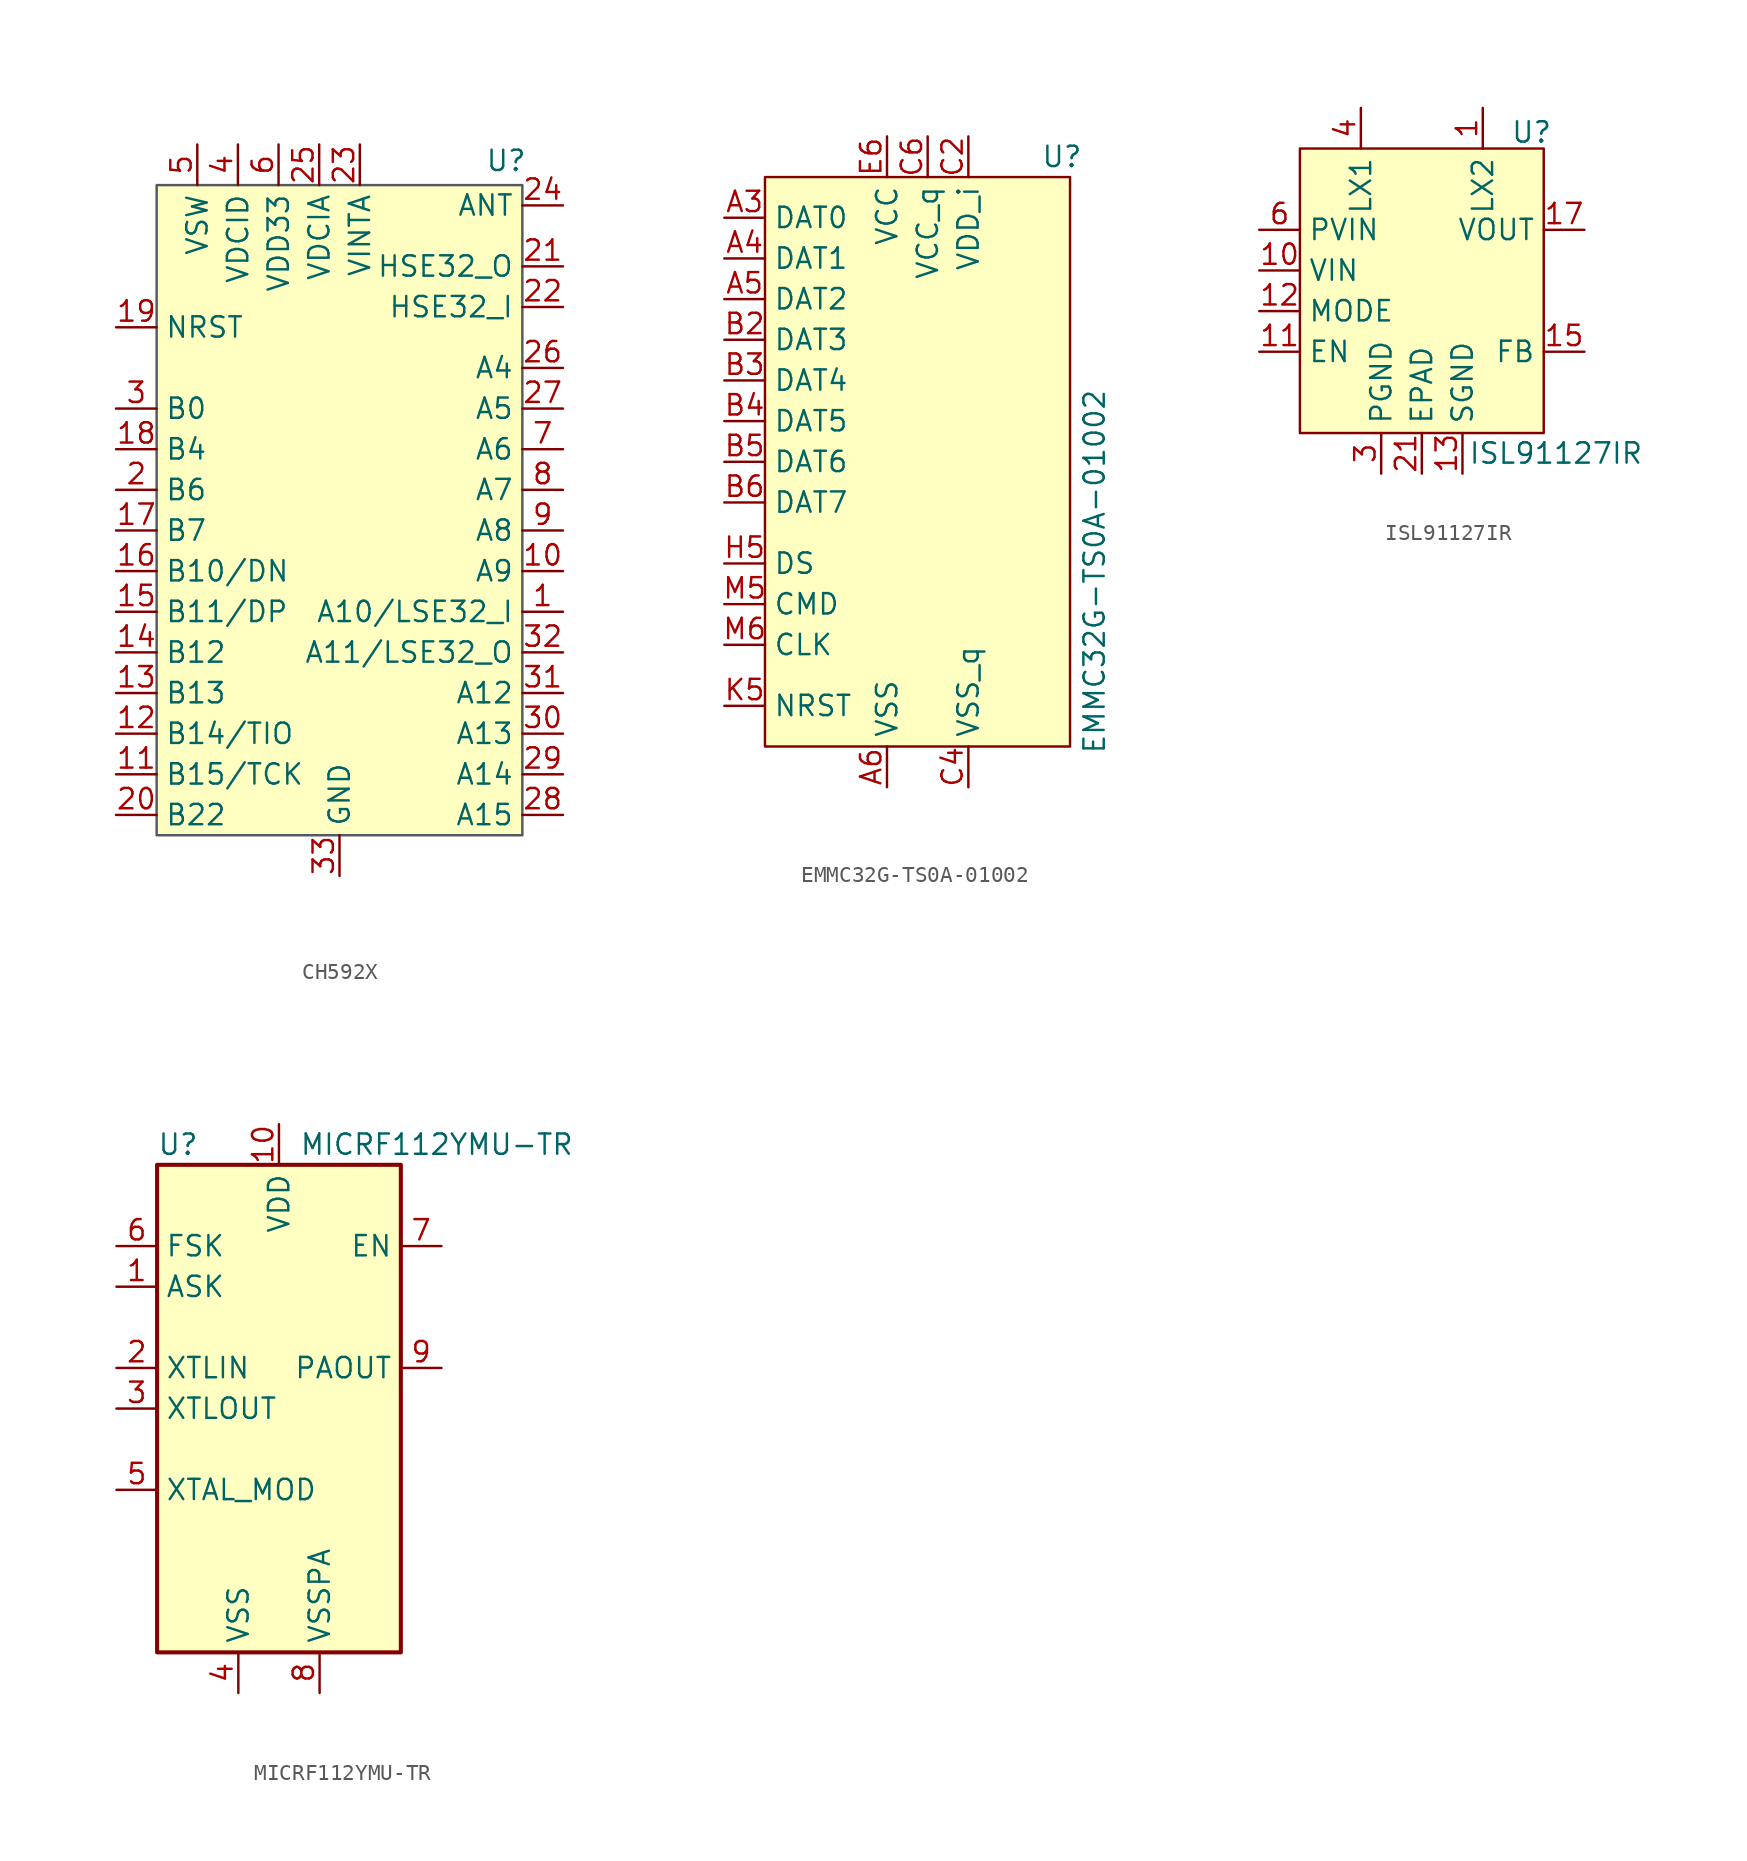
<source format=kicad_sym>
(kicad_symbol_lib
  (version 20241209)
  (generator "kicad_symbol_editor")
  (generator_version "9.0")
  (symbol "CH592X"
    (property "Reference" "U"
      (at 10.414 21.844 0)
      (effects (font (size 1.27 1.27))))
    (property "Value" ""
      (at 0 0 0)
      (effects (font (size 1.27 1.27))))
    (symbol "CH592X_1_1"
      (rectangle (start -11.43 20.32) (end 11.43 -20.32) (stroke (width 0) (type default) (color 84 88 98 1)) (fill (type background)))
      (pin bidirectional line (at -13.97 11.43 0) (length 2.54) (name "NRST" (effects (font (size 1.27 1.27)))) (number "19" (effects (font (size 1.27 1.27)))))
      (pin bidirectional line (at -13.97 6.35 0) (length 2.54) (name "B0" (effects (font (size 1.27 1.27)))) (number "3" (effects (font (size 1.27 1.27)))))
      (pin bidirectional line (at -13.97 3.81 0) (length 2.54) (name "B4" (effects (font (size 1.27 1.27)))) (number "18" (effects (font (size 1.27 1.27)))))
      (pin bidirectional line (at -13.97 1.27 0) (length 2.54) (name "B6" (effects (font (size 1.27 1.27)))) (number "2" (effects (font (size 1.27 1.27)))))
      (pin bidirectional line (at -13.97 -1.27 0) (length 2.54) (name "B7" (effects (font (size 1.27 1.27)))) (number "17" (effects (font (size 1.27 1.27)))))
      (pin bidirectional line (at -13.97 -3.81 0) (length 2.54) (name "B10/DN" (effects (font (size 1.27 1.27)))) (number "16" (effects (font (size 1.27 1.27)))))
      (pin bidirectional line (at -13.97 -6.35 0) (length 2.54) (name "B11/DP" (effects (font (size 1.27 1.27)))) (number "15" (effects (font (size 1.27 1.27)))))
      (pin bidirectional line (at -13.97 -8.89 0) (length 2.54) (name "B12" (effects (font (size 1.27 1.27)))) (number "14" (effects (font (size 1.27 1.27)))))
      (pin bidirectional line (at -13.97 -11.43 0) (length 2.54) (name "B13" (effects (font (size 1.27 1.27)))) (number "13" (effects (font (size 1.27 1.27)))))
      (pin bidirectional line (at -13.97 -13.97 0) (length 2.54) (name "B14/TIO" (effects (font (size 1.27 1.27)))) (number "12" (effects (font (size 1.27 1.27)))))
      (pin bidirectional line (at -13.97 -16.51 0) (length 2.54) (name "B15/TCK" (effects (font (size 1.27 1.27)))) (number "11" (effects (font (size 1.27 1.27)))))
      (pin bidirectional line (at -13.97 -19.05 0) (length 2.54) (name "B22" (effects (font (size 1.27 1.27)))) (number "20" (effects (font (size 1.27 1.27)))))
      (pin power_out line (at -8.89 22.86 270) (length 2.54) (name "VSW" (effects (font (size 1.27 1.27)))) (number "5" (effects (font (size 1.27 1.27)))))
      (pin power_in line (at -6.35 22.86 270) (length 2.54) (name "VDCID" (effects (font (size 1.27 1.27)))) (number "4" (effects (font (size 1.27 1.27)))))
      (pin power_in line (at -3.81 22.86 270) (length 2.54) (name "VDD33" (effects (font (size 1.27 1.27)))) (number "6" (effects (font (size 1.27 1.27)))))
      (pin power_in line (at -1.27 22.86 270) (length 2.54) (name "VDCIA" (effects (font (size 1.27 1.27)))) (number "25" (effects (font (size 1.27 1.27)))))
      (pin power_in line (at 0 -22.86 90) (length 2.54) (name "GND" (effects (font (size 1.27 1.27)))) (number "33" (effects (font (size 1.27 1.27)))))
      (pin power_in line (at 1.27 22.86 270) (length 2.54) (name "VINTA" (effects (font (size 1.27 1.27)))) (number "23" (effects (font (size 1.27 1.27)))))
      (pin bidirectional line (at 13.97 19.05 180) (length 2.54) (name "ANT" (effects (font (size 1.27 1.27)))) (number "24" (effects (font (size 1.27 1.27)))))
      (pin bidirectional line (at 13.97 15.24 180) (length 2.54) (name "HSE32_O" (effects (font (size 1.27 1.27)))) (number "21" (effects (font (size 1.27 1.27)))))
      (pin bidirectional line (at 13.97 12.7 180) (length 2.54) (name "HSE32_I" (effects (font (size 1.27 1.27)))) (number "22" (effects (font (size 1.27 1.27)))))
      (pin bidirectional line (at 13.97 8.89 180) (length 2.54) (name "A4" (effects (font (size 1.27 1.27)))) (number "26" (effects (font (size 1.27 1.27)))))
      (pin bidirectional line (at 13.97 6.35 180) (length 2.54) (name "A5" (effects (font (size 1.27 1.27)))) (number "27" (effects (font (size 1.27 1.27)))))
      (pin bidirectional line (at 13.97 3.81 180) (length 2.54) (name "A6" (effects (font (size 1.27 1.27)))) (number "7" (effects (font (size 1.27 1.27)))))
      (pin bidirectional line (at 13.97 1.27 180) (length 2.54) (name "A7" (effects (font (size 1.27 1.27)))) (number "8" (effects (font (size 1.27 1.27)))))
      (pin bidirectional line (at 13.97 -1.27 180) (length 2.54) (name "A8" (effects (font (size 1.27 1.27)))) (number "9" (effects (font (size 1.27 1.27)))))
      (pin bidirectional line (at 13.97 -3.81 180) (length 2.54) (name "A9" (effects (font (size 1.27 1.27)))) (number "10" (effects (font (size 1.27 1.27)))))
      (pin bidirectional line (at 13.97 -6.35 180) (length 2.54) (name "A10/LSE32_I" (effects (font (size 1.27 1.27)))) (number "1" (effects (font (size 1.27 1.27)))))
      (pin bidirectional line (at 13.97 -8.89 180) (length 2.54) (name "A11/LSE32_O" (effects (font (size 1.27 1.27)))) (number "32" (effects (font (size 1.27 1.27)))))
      (pin bidirectional line (at 13.97 -11.43 180) (length 2.54) (name "A12" (effects (font (size 1.27 1.27)))) (number "31" (effects (font (size 1.27 1.27)))))
      (pin bidirectional line (at 13.97 -13.97 180) (length 2.54) (name "A13" (effects (font (size 1.27 1.27)))) (number "30" (effects (font (size 1.27 1.27)))))
      (pin bidirectional line (at 13.97 -16.51 180) (length 2.54) (name "A14" (effects (font (size 1.27 1.27)))) (number "29" (effects (font (size 1.27 1.27)))))
      (pin bidirectional line (at 13.97 -19.05 180) (length 2.54) (name "A15" (effects (font (size 1.27 1.27)))) (number "28" (effects (font (size 1.27 1.27)))))))
  (symbol "EMMC32G-TS0A-01002"
    (property "Reference" "U"
      (at 8.382 1.27 0)
      (effects (font (size 1.27 1.27))))
    (property "Value" "EMMC32G-TS0A-01002"
      (at 10.414 -24.638 90)
      (effects (font (size 1.27 1.27))))
    (symbol "EMMC32G-TS0A-01002_1_0"
      (pin bidirectional line (at -12.7 -2.54 0) (length 2.54) (name "DAT0" (effects (font (size 1.27 1.27)))) (number "A3" (effects (font (size 1.27 1.27)))))
      (pin bidirectional line (at -12.7 -5.08 0) (length 2.54) (name "DAT1" (effects (font (size 1.27 1.27)))) (number "A4" (effects (font (size 1.27 1.27)))))
      (pin bidirectional line (at -12.7 -7.62 0) (length 2.54) (name "DAT2" (effects (font (size 1.27 1.27)))) (number "A5" (effects (font (size 1.27 1.27)))))
      (pin bidirectional line (at -12.7 -10.16 0) (length 2.54) (name "DAT3" (effects (font (size 1.27 1.27)))) (number "B2" (effects (font (size 1.27 1.27)))))
      (pin bidirectional line (at -12.7 -12.7 0) (length 2.54) (name "DAT4" (effects (font (size 1.27 1.27)))) (number "B3" (effects (font (size 1.27 1.27)))))
      (pin bidirectional line (at -12.7 -15.24 0) (length 2.54) (name "DAT5" (effects (font (size 1.27 1.27)))) (number "B4" (effects (font (size 1.27 1.27)))))
      (pin bidirectional line (at -12.7 -17.78 0) (length 2.54) (name "DAT6" (effects (font (size 1.27 1.27)))) (number "B5" (effects (font (size 1.27 1.27)))))
      (pin bidirectional line (at -12.7 -20.32 0) (length 2.54) (name "DAT7" (effects (font (size 1.27 1.27)))) (number "B6" (effects (font (size 1.27 1.27)))))
      (pin bidirectional line (at -12.7 -24.13 0) (length 2.54) (name "DS" (effects (font (size 1.27 1.27)))) (number "H5" (effects (font (size 1.27 1.27)))))
      (pin bidirectional line (at -12.7 -26.67 0) (length 2.54) (name "CMD" (effects (font (size 1.27 1.27)))) (number "M5" (effects (font (size 1.27 1.27)))))
      (pin bidirectional line (at -12.7 -29.21 0) (length 2.54) (name "CLK" (effects (font (size 1.27 1.27)))) (number "M6" (effects (font (size 1.27 1.27)))))
      (pin input line (at -12.7 -33.02 0) (length 2.54) (name "NRST" (effects (font (size 1.27 1.27)))) (number "K5" (effects (font (size 1.27 1.27)))))
      (pin power_in line (at -2.54 2.54 270) (length 2.54) (name "VCC" (effects (font (size 1.27 1.27)))) (number "E6" (effects (font (size 1.27 1.27)))))
      (pin power_in line (at -2.54 2.54 270) (length 2.54) (hide yes) (name "VCC" (effects (font (size 1.27 1.27)))) (number "F5" (effects (font (size 1.27 1.27)))))
      (pin power_in line (at -2.54 2.54 270) (length 2.54) (hide yes) (name "VCC" (effects (font (size 1.27 1.27)))) (number "J10" (effects (font (size 1.27 1.27)))))
      (pin power_in line (at -2.54 2.54 270) (length 2.54) (hide yes) (name "VCC" (effects (font (size 1.27 1.27)))) (number "K9" (effects (font (size 1.27 1.27)))))
      (pin power_in line (at -2.54 -38.1 90) (length 2.54) (name "VSS" (effects (font (size 1.27 1.27)))) (number "A6" (effects (font (size 1.27 1.27)))))
      (pin power_in line (at -2.54 -38.1 90) (length 2.54) (hide yes) (name "VSS" (effects (font (size 1.27 1.27)))) (number "E7" (effects (font (size 1.27 1.27)))))
      (pin power_in line (at -2.54 -38.1 90) (length 2.54) (hide yes) (name "VSS" (effects (font (size 1.27 1.27)))) (number "G5" (effects (font (size 1.27 1.27)))))
      (pin power_in line (at -2.54 -38.1 90) (length 2.54) (hide yes) (name "VSS" (effects (font (size 1.27 1.27)))) (number "H10" (effects (font (size 1.27 1.27)))))
      (pin power_in line (at -2.54 -38.1 90) (length 2.54) (hide yes) (name "VSS" (effects (font (size 1.27 1.27)))) (number "J5" (effects (font (size 1.27 1.27)))))
      (pin power_in line (at -2.54 -38.1 90) (length 2.54) (hide yes) (name "VSS" (effects (font (size 1.27 1.27)))) (number "K8" (effects (font (size 1.27 1.27)))))
      (pin power_in line (at 0 2.54 270) (length 2.54) (name "VCC_q" (effects (font (size 1.27 1.27)))) (number "C6" (effects (font (size 1.27 1.27)))))
      (pin power_in line (at 0 2.54 270) (length 2.54) (hide yes) (name "VCC_q" (effects (font (size 1.27 1.27)))) (number "M4" (effects (font (size 1.27 1.27)))))
      (pin power_in line (at 0 2.54 270) (length 2.54) (hide yes) (name "VCC_q" (effects (font (size 1.27 1.27)))) (number "N4" (effects (font (size 1.27 1.27)))))
      (pin power_in line (at 0 2.54 270) (length 2.54) (hide yes) (name "VCC_q" (effects (font (size 1.27 1.27)))) (number "P3" (effects (font (size 1.27 1.27)))))
      (pin power_in line (at 0 2.54 270) (length 2.54) (hide yes) (name "VCC_q" (effects (font (size 1.27 1.27)))) (number "P5" (effects (font (size 1.27 1.27)))))
      (pin power_in line (at 2.54 2.54 270) (length 2.54) (name "VDD_i" (effects (font (size 1.27 1.27)))) (number "C2" (effects (font (size 1.27 1.27)))))
      (pin power_in line (at 2.54 -38.1 90) (length 2.54) (name "VSS_q" (effects (font (size 1.27 1.27)))) (number "C4" (effects (font (size 1.27 1.27)))))
      (pin power_in line (at 2.54 -38.1 90) (length 2.54) (hide yes) (name "VSS_q" (effects (font (size 1.27 1.27)))) (number "N2" (effects (font (size 1.27 1.27)))))
      (pin power_in line (at 2.54 -38.1 90) (length 2.54) (hide yes) (name "VSS_q" (effects (font (size 1.27 1.27)))) (number "N5" (effects (font (size 1.27 1.27)))))
      (pin power_in line (at 2.54 -38.1 90) (length 2.54) (hide yes) (name "VSS_q" (effects (font (size 1.27 1.27)))) (number "P4" (effects (font (size 1.27 1.27)))))
      (pin power_in line (at 2.54 -38.1 90) (length 2.54) (hide yes) (name "VSS_q" (effects (font (size 1.27 1.27)))) (number "P6" (effects (font (size 1.27 1.27)))))
      (pin no_connect line (at 11.43 -10.16 180) (length 2.54) (hide yes) (name "RFU" (effects (font (size 1.27 1.27)))) (number "A7" (effects (font (size 1.27 1.27)))))
      (pin no_connect line (at 11.43 -10.16 180) (length 2.54) (hide yes) (name "RFU" (effects (font (size 1.27 1.27)))) (number "E5" (effects (font (size 1.27 1.27)))))
      (pin no_connect line (at 11.43 -10.16 180) (length 2.54) (hide yes) (name "RFU" (effects (font (size 1.27 1.27)))) (number "G3" (effects (font (size 1.27 1.27)))))
      (pin no_connect line (at 11.43 -10.16 180) (length 2.54) (hide yes) (name "RFU" (effects (font (size 1.27 1.27)))) (number "K6" (effects (font (size 1.27 1.27)))))
      (pin no_connect line (at 11.43 -10.16 180) (length 2.54) (hide yes) (name "RFU" (effects (font (size 1.27 1.27)))) (number "K7" (effects (font (size 1.27 1.27)))))
      (pin no_connect line (at 11.43 -10.16 180) (length 2.54) (hide yes) (name "RFU" (effects (font (size 1.27 1.27)))) (number "P10" (effects (font (size 1.27 1.27)))))
      (pin no_connect line (at 11.43 -10.16 180) (length 2.54) (hide yes) (name "RFU" (effects (font (size 1.27 1.27)))) (number "P7" (effects (font (size 1.27 1.27)))))
      (pin no_connect line (at 11.43 -12.7 180) (length 2.54) (hide yes) (name "VSF" (effects (font (size 1.27 1.27)))) (number "E10" (effects (font (size 1.27 1.27)))))
      (pin no_connect line (at 11.43 -12.7 180) (length 2.54) (hide yes) (name "VSF" (effects (font (size 1.27 1.27)))) (number "E8" (effects (font (size 1.27 1.27)))))
      (pin no_connect line (at 11.43 -12.7 180) (length 2.54) (hide yes) (name "VSF" (effects (font (size 1.27 1.27)))) (number "E9" (effects (font (size 1.27 1.27)))))
      (pin no_connect line (at 11.43 -12.7 180) (length 2.54) (hide yes) (name "VSF" (effects (font (size 1.27 1.27)))) (number "F10" (effects (font (size 1.27 1.27)))))
      (pin no_connect line (at 11.43 -12.7 180) (length 2.54) (hide yes) (name "VSF" (effects (font (size 1.27 1.27)))) (number "G10" (effects (font (size 1.27 1.27)))))
      (pin no_connect line (at 11.43 -12.7 180) (length 2.54) (hide yes) (name "VSF" (effects (font (size 1.27 1.27)))) (number "K10" (effects (font (size 1.27 1.27))))))
    (symbol "EMMC32G-TS0A-01002_1_1"
      (rectangle (start -10.16 0) (end 8.89 -35.56) (stroke (width 0) (type solid)) (fill (type background)))))
  (symbol "ISL91127IR"
    (property "Reference" "U"
      (at 6.858 7.366 0)
      (effects (font (size 1.27 1.27))))
    (property "Value" "ISL91127IR"
      (at 8.382 -12.7 0)
      (effects (font (size 1.27 1.27))))
    (symbol "ISL91127IR_1_1"
      (rectangle (start -7.62 6.35) (end 7.62 -11.43) (stroke (width 0) (type solid)) (fill (type background)))
      (pin input line (at -10.16 1.27 0) (length 2.54) (name "PVIN" (effects (font (size 1.27 1.27)))) (number "6" (effects (font (size 1.27 1.27)))))
      (pin input line (at -10.16 1.27 0) (length 2.54) (hide yes) (name "PVIN" (effects (font (size 1.27 1.27)))) (number "7" (effects (font (size 1.27 1.27)))))
      (pin input line (at -10.16 1.27 0) (length 2.54) (hide yes) (name "PVIN" (effects (font (size 1.27 1.27)))) (number "8" (effects (font (size 1.27 1.27)))))
      (pin input line (at -10.16 1.27 0) (length 2.54) (hide yes) (name "PVIN" (effects (font (size 1.27 1.27)))) (number "9" (effects (font (size 1.27 1.27)))))
      (pin input line (at -10.16 -1.27 0) (length 2.54) (name "VIN" (effects (font (size 1.27 1.27)))) (number "10" (effects (font (size 1.27 1.27)))))
      (pin input line (at -10.16 -3.81 0) (length 2.54) (name "MODE" (effects (font (size 1.27 1.27)))) (number "12" (effects (font (size 1.27 1.27)))))
      (pin input line (at -10.16 -6.35 0) (length 2.54) (name "EN" (effects (font (size 1.27 1.27)))) (number "11" (effects (font (size 1.27 1.27)))))
      (pin bidirectional line (at -3.81 8.89 270) (length 2.54) (name "LX1" (effects (font (size 1.27 1.27)))) (number "4" (effects (font (size 1.27 1.27)))))
      (pin bidirectional line (at -3.81 8.89 270) (length 2.54) (hide yes) (name "LX1" (effects (font (size 1.27 1.27)))) (number "5" (effects (font (size 1.27 1.27)))))
      (pin power_in line (at -2.54 -13.97 90) (length 2.54) (name "PGND" (effects (font (size 1.27 1.27)))) (number "3" (effects (font (size 1.27 1.27)))))
      (pin power_in line (at 0 -13.97 90) (length 2.54) (name "EPAD" (effects (font (size 1.27 1.27)))) (number "21" (effects (font (size 1.27 1.27)))))
      (pin power_in line (at 2.54 -13.97 90) (length 2.54) (name "SGND" (effects (font (size 1.27 1.27)))) (number "13" (effects (font (size 1.27 1.27)))))
      (pin power_in line (at 2.54 -13.97 90) (length 2.54) (hide yes) (name "SGND" (effects (font (size 1.27 1.27)))) (number "14" (effects (font (size 1.27 1.27)))))
      (pin bidirectional line (at 3.81 8.89 270) (length 2.54) (name "LX2" (effects (font (size 1.27 1.27)))) (number "1" (effects (font (size 1.27 1.27)))))
      (pin bidirectional line (at 3.81 8.89 270) (length 2.54) (hide yes) (name "LX2" (effects (font (size 1.27 1.27)))) (number "2" (effects (font (size 1.27 1.27)))))
      (pin power_out line (at 10.16 1.27 180) (length 2.54) (name "VOUT" (effects (font (size 1.27 1.27)))) (number "17" (effects (font (size 1.27 1.27)))))
      (pin power_out line (at 10.16 1.27 180) (length 2.54) (hide yes) (name "VOUT" (effects (font (size 1.27 1.27)))) (number "18" (effects (font (size 1.27 1.27)))))
      (pin power_out line (at 10.16 1.27 180) (length 2.54) (hide yes) (name "VOUT" (effects (font (size 1.27 1.27)))) (number "19" (effects (font (size 1.27 1.27)))))
      (pin power_out line (at 10.16 1.27 180) (length 2.54) (hide yes) (name "VOUT" (effects (font (size 1.27 1.27)))) (number "20" (effects (font (size 1.27 1.27)))))
      (pin input line (at 10.16 -6.35 180) (length 2.54) (name "FB" (effects (font (size 1.27 1.27)))) (number "15" (effects (font (size 1.27 1.27)))))))
  (symbol "MICRF112YMU-TR"
    (property "Reference" "U"
      (at -7.62 16.51 0)
      (effects (font (size 1.27 1.27)) (justify left)))
    (property "Value" "MICRF112YMU-TR"
      (at 1.27 16.51 0)
      (effects (font (size 1.27 1.27)) (justify left)))
    (symbol "MICRF112YMU-TR_0_1"
      (polyline (pts (xy 7.62 15.24) (xy -7.62 15.24) (xy -7.62 -15.24) (xy 7.62 -15.24) (xy 7.62 15.24)) (stroke (width 0.254) (type default)) (fill (type background))))
    (symbol "MICRF112YMU-TR_1_1"
      (pin input line (at -10.16 10.16 0) (length 2.54) (name "FSK" (effects (font (size 1.27 1.27)))) (number "6" (effects (font (size 1.27 1.27)))))
      (pin input line (at -10.16 7.62 0) (length 2.54) (name "ASK" (effects (font (size 1.27 1.27)))) (number "1" (effects (font (size 1.27 1.27)))))
      (pin input line (at -10.16 2.54 0) (length 2.54) (name "XTLIN" (effects (font (size 1.27 1.27)))) (number "2" (effects (font (size 1.27 1.27)))))
      (pin output line (at -10.16 0 0) (length 2.54) (name "XTLOUT" (effects (font (size 1.27 1.27)))) (number "3" (effects (font (size 1.27 1.27)))))
      (pin passive line (at -10.16 -5.08 0) (length 2.54) (name "XTAL_MOD" (effects (font (size 1.27 1.27)))) (number "5" (effects (font (size 1.27 1.27)))))
      (pin power_in line (at -2.54 -17.78 90) (length 2.54) (name "VSS" (effects (font (size 1.27 1.27)))) (number "4" (effects (font (size 1.27 1.27)))))
      (pin power_in line (at 0 17.78 270) (length 2.54) (name "VDD" (effects (font (size 1.27 1.27)))) (number "10" (effects (font (size 1.27 1.27)))))
      (pin power_in line (at 2.54 -17.78 90) (length 2.54) (name "VSSPA" (effects (font (size 1.27 1.27)))) (number "8" (effects (font (size 1.27 1.27)))))
      (pin input line (at 10.16 10.16 180) (length 2.54) (name "EN" (effects (font (size 1.27 1.27)))) (number "7" (effects (font (size 1.27 1.27)))))
      (pin output line (at 10.16 2.54 180) (length 2.54) (name "PAOUT" (effects (font (size 1.27 1.27)))) (number "9" (effects (font (size 1.27 1.27))))))))
</source>
